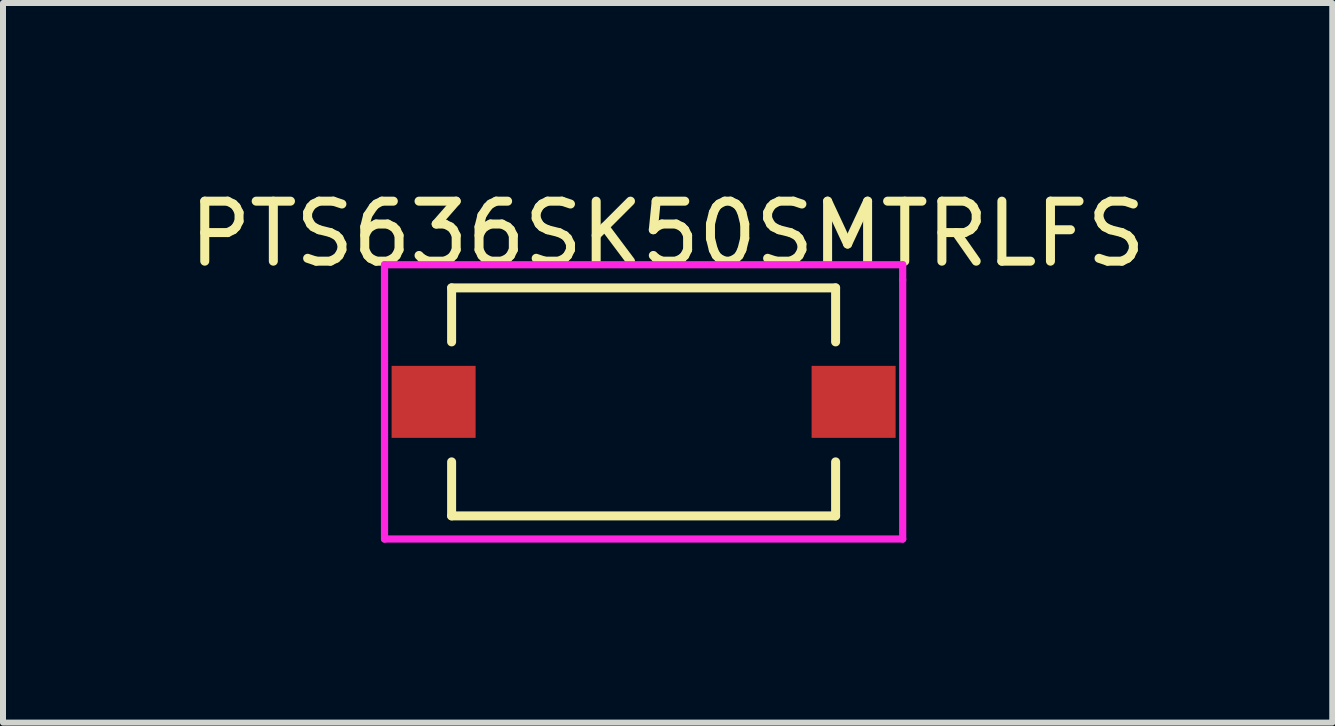
<source format=kicad_pcb>
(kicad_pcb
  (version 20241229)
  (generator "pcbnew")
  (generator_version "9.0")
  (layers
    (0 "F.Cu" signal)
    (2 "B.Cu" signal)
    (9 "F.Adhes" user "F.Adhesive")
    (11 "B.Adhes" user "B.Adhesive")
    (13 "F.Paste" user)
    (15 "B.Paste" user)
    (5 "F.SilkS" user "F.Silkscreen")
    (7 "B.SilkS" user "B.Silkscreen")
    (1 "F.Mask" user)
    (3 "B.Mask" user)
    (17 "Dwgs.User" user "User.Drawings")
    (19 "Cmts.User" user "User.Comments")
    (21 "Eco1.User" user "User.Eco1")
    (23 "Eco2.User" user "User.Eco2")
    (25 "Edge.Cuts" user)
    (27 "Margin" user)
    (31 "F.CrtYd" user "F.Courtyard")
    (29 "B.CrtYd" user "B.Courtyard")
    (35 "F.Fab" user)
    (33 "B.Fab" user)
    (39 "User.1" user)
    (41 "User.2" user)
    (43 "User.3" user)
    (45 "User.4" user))
  (footprint "PTS636SK50SMTRLFS"
    (layer "F.Cu")
    (at 7.677 3.648)
    (property "Reference" "PTS636SK50SMTRLFS" (at 0.4 -2.8 0) (layer "F.SilkS") (effects (font (size 1 1) (thickness 0.15))))
    (attr through_hole)
    (fp_line (start -3.2 -1.9) (end -3.2 -1) (stroke (width 0.15) (type solid)) (layer "F.SilkS"))
    (fp_line (start -3.2 -1.9) (end 3.2 -1.9) (stroke (width 0.15) (type solid)) (layer "F.SilkS"))
    (fp_line (start -3.2 1.9) (end -3.2 1) (stroke (width 0.15) (type solid)) (layer "F.SilkS"))
    (fp_line (start -3.2 1.9) (end 3.2 1.9) (stroke (width 0.15) (type solid)) (layer "F.SilkS"))
    (fp_line (start 3.2 -1.9) (end 3.2 -1) (stroke (width 0.15) (type solid)) (layer "F.SilkS"))
    (fp_line (start 3.2 1.9) (end 3.2 1) (stroke (width 0.15) (type solid)) (layer "F.SilkS"))
    (fp_line (start -4.318 -2.286) (end -4.318 2.286) (stroke (width 0.12) (type solid)) (layer "F.CrtYd"))
    (fp_line (start -4.318 2.286) (end 4.318 2.286) (stroke (width 0.12) (type solid)) (layer "F.CrtYd"))
    (fp_line (start 4.318 -2.286) (end -4.318 -2.286) (stroke (width 0.12) (type solid)) (layer "F.CrtYd"))
    (fp_line (start 4.318 -2.032) (end 4.318 -2.286) (stroke (width 0.12) (type solid)) (layer "F.CrtYd"))
    (fp_line (start 4.318 2.286) (end 4.318 -2.032) (stroke (width 0.12) (type solid)) (layer "F.CrtYd"))
    (pad "1" smd rect (at -3.5 0) (size 1.4 1.2) (layers "F.Cu" "F.Mask" "F.Paste"))
    (pad "2" smd rect (at 3.5 0) (size 1.4 1.2) (layers "F.Cu" "F.Mask" "F.Paste")))
  (gr_rect
    (start -3 -3)
    (end 19.155 8.994)
    (stroke (width 0.1) (type default))
    (fill no)
    (layer "Edge.Cuts")))
</source>
